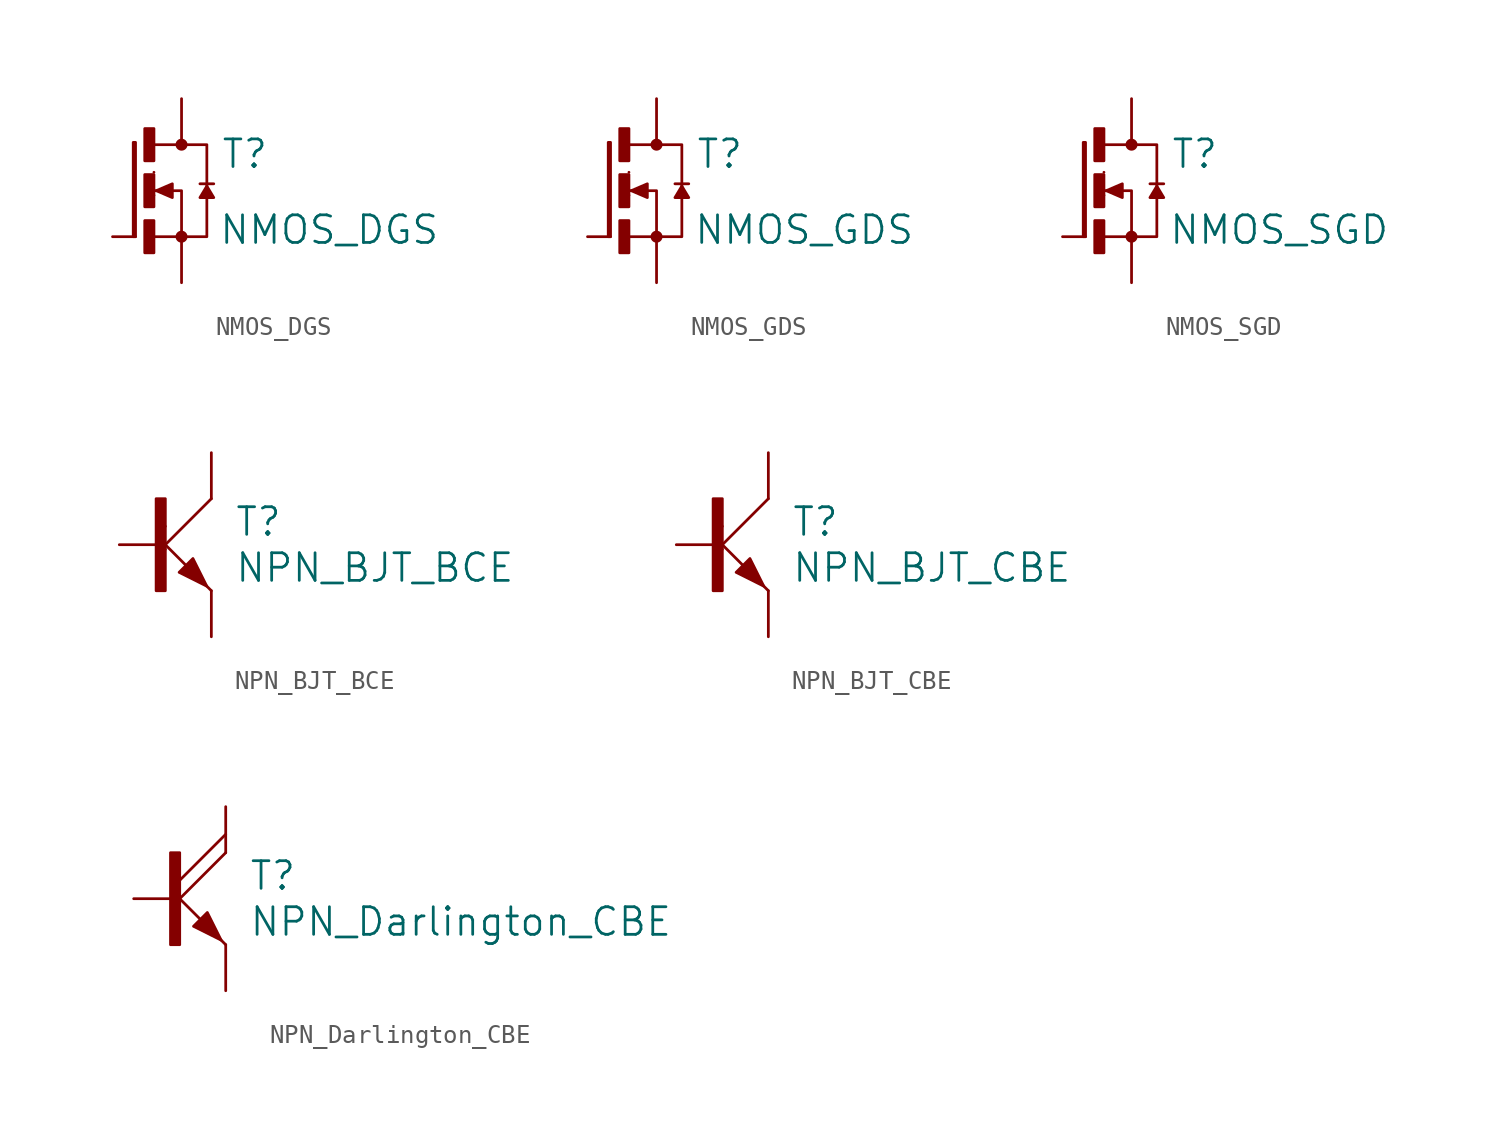
<source format=kicad_sym>
(kicad_symbol_lib
  (version 20211014)
  (generator kicad_symbol_editor)
  (symbol "NMOS_DGS"
    (pin_numbers hide)
    (pin_names
      (offset 0) hide)
    (property "Reference" "T"
      (at 2.159 2.032 0)
      (effects (font (size 1.524 1.524)) (justify left)))
    (property "Value" "NMOS_DGS"
      (at 2.032 -2.159 0)
      (effects (font (size 1.524 1.524)) (justify left)))
    (symbol "NMOS_DGS_0_1"
      (rectangle (start -2.667 2.667) (end -2.54 -2.54) (stroke (width 0) (type default) (color 0 0 0 0)) (fill (type outline)))
      (rectangle (start -2.032 -1.651) (end -1.524 -3.429) (stroke (width 0) (type default) (color 0 0 0 0)) (fill (type outline)))
      (rectangle (start -2.032 0.889) (end -1.524 -0.889) (stroke (width 0) (type default) (color 0 0 0 0)) (fill (type outline)))
      (rectangle (start -2.032 3.429) (end -1.524 1.651) (stroke (width 0) (type default) (color 0 0 0 0)) (fill (type outline)))
      (rectangle (start -1.524 -0.254) (end -1.524 -0.254) (stroke (width 0) (type default) (color 0 0 0 0)) (fill (type none)))
      (rectangle (start -1.524 1.016) (end -1.524 1.016) (stroke (width 0) (type default) (color 0 0 0 0)) (fill (type none)))
      (circle (center 0 -2.54) (radius 0.254) (stroke (width 0) (type default) (color 0 0 0 0)) (fill (type outline)))
      (polyline (pts (xy -1.524 0) (xy 0 0) (xy 0 -2.54)) (stroke (width 0) (type default) (color 0 0 0 0)) (fill (type none)))
      (polyline (pts (xy -1.524 2.54) (xy 1.397 2.54) (xy 1.397 -2.54) (xy -1.524 -2.54)) (stroke (width 0) (type default) (color 0 0 0 0)) (fill (type none)))
      (polyline (pts (xy -1.397 0) (xy -0.508 0.381) (xy -0.508 -0.381) (xy -1.397 0)) (stroke (width 0) (type default) (color 0 0 0 0)) (fill (type outline)))
      (polyline (pts (xy 1.397 0.254) (xy 1.016 -0.381) (xy 1.778 -0.381) (xy 1.397 0.254)) (stroke (width 0) (type default) (color 0 0 0 0)) (fill (type outline)))
      (circle (center 0 2.54) (radius 0.254) (stroke (width 0) (type default) (color 0 0 0 0)) (fill (type outline)))
      (rectangle (start 1.016 0.381) (end 1.778 0.381) (stroke (width 0) (type default) (color 0 0 0 0)) (fill (type none))))
    (symbol "NMOS_DGS_1_1"
      (pin passive line (at 0 5.08 270) (length 2.54) (name "D" (effects (font (size 1.27 1.27)))) (number "1" (effects (font (size 1.27 1.27)))))
      (pin input line (at -3.81 -2.54 0) (length 1.27) (name "G" (effects (font (size 1.27 1.27)))) (number "2" (effects (font (size 1.27 1.27)))))
      (pin passive line (at 0 -5.08 90) (length 2.54) (name "S" (effects (font (size 1.27 1.27)))) (number "3" (effects (font (size 1.27 1.27)))))))
  (symbol "NMOS_GDS"
    (pin_numbers hide)
    (pin_names
      (offset 0) hide)
    (property "Reference" "T"
      (at 2.159 2.032 0)
      (effects (font (size 1.524 1.524)) (justify left)))
    (property "Value" "NMOS_GDS"
      (at 2.032 -2.159 0)
      (effects (font (size 1.524 1.524)) (justify left)))
    (symbol "NMOS_GDS_0_1"
      (rectangle (start -2.667 2.667) (end -2.54 -2.54) (stroke (width 0) (type default) (color 0 0 0 0)) (fill (type outline)))
      (rectangle (start -2.032 -1.651) (end -1.524 -3.429) (stroke (width 0) (type default) (color 0 0 0 0)) (fill (type outline)))
      (rectangle (start -2.032 0.889) (end -1.524 -0.889) (stroke (width 0) (type default) (color 0 0 0 0)) (fill (type outline)))
      (rectangle (start -2.032 3.429) (end -1.524 1.651) (stroke (width 0) (type default) (color 0 0 0 0)) (fill (type outline)))
      (rectangle (start -1.524 -0.254) (end -1.524 -0.254) (stroke (width 0) (type default) (color 0 0 0 0)) (fill (type none)))
      (rectangle (start -1.524 1.016) (end -1.524 1.016) (stroke (width 0) (type default) (color 0 0 0 0)) (fill (type none)))
      (circle (center 0 -2.54) (radius 0.254) (stroke (width 0) (type default) (color 0 0 0 0)) (fill (type outline)))
      (polyline (pts (xy -1.524 0) (xy 0 0) (xy 0 -2.54)) (stroke (width 0) (type default) (color 0 0 0 0)) (fill (type none)))
      (polyline (pts (xy -1.524 2.54) (xy 1.397 2.54) (xy 1.397 -2.54) (xy -1.524 -2.54)) (stroke (width 0) (type default) (color 0 0 0 0)) (fill (type none)))
      (polyline (pts (xy -1.397 0) (xy -0.508 0.381) (xy -0.508 -0.381) (xy -1.397 0)) (stroke (width 0) (type default) (color 0 0 0 0)) (fill (type outline)))
      (polyline (pts (xy 1.397 0.254) (xy 1.016 -0.381) (xy 1.778 -0.381) (xy 1.397 0.254)) (stroke (width 0) (type default) (color 0 0 0 0)) (fill (type outline)))
      (circle (center 0 2.54) (radius 0.254) (stroke (width 0) (type default) (color 0 0 0 0)) (fill (type outline)))
      (rectangle (start 1.016 0.381) (end 1.778 0.381) (stroke (width 0) (type default) (color 0 0 0 0)) (fill (type none))))
    (symbol "NMOS_GDS_1_1"
      (pin input line (at -3.81 -2.54 0) (length 1.27) (name "G" (effects (font (size 1.27 1.27)))) (number "1" (effects (font (size 1.27 1.27)))))
      (pin passive line (at 0 5.08 270) (length 2.54) (name "D" (effects (font (size 1.27 1.27)))) (number "2" (effects (font (size 1.27 1.27)))))
      (pin passive line (at 0 -5.08 90) (length 2.54) (name "S" (effects (font (size 1.27 1.27)))) (number "3" (effects (font (size 1.27 1.27)))))))
  (symbol "NMOS_SGD"
    (pin_numbers hide)
    (pin_names
      (offset 0) hide)
    (property "Reference" "T"
      (at 2.159 2.032 0)
      (effects (font (size 1.524 1.524)) (justify left)))
    (property "Value" "NMOS_SGD"
      (at 2.032 -2.159 0)
      (effects (font (size 1.524 1.524)) (justify left)))
    (symbol "NMOS_SGD_0_1"
      (rectangle (start -2.667 2.667) (end -2.54 -2.54) (stroke (width 0) (type default) (color 0 0 0 0)) (fill (type outline)))
      (rectangle (start -2.032 -1.651) (end -1.524 -3.429) (stroke (width 0) (type default) (color 0 0 0 0)) (fill (type outline)))
      (rectangle (start -2.032 0.889) (end -1.524 -0.889) (stroke (width 0) (type default) (color 0 0 0 0)) (fill (type outline)))
      (rectangle (start -2.032 3.429) (end -1.524 1.651) (stroke (width 0) (type default) (color 0 0 0 0)) (fill (type outline)))
      (rectangle (start -1.524 -0.254) (end -1.524 -0.254) (stroke (width 0) (type default) (color 0 0 0 0)) (fill (type none)))
      (rectangle (start -1.524 1.016) (end -1.524 1.016) (stroke (width 0) (type default) (color 0 0 0 0)) (fill (type none)))
      (circle (center 0 -2.54) (radius 0.254) (stroke (width 0) (type default) (color 0 0 0 0)) (fill (type outline)))
      (polyline (pts (xy -1.524 0) (xy 0 0) (xy 0 -2.54)) (stroke (width 0) (type default) (color 0 0 0 0)) (fill (type none)))
      (polyline (pts (xy -1.524 2.54) (xy 1.397 2.54) (xy 1.397 -2.54) (xy -1.524 -2.54)) (stroke (width 0) (type default) (color 0 0 0 0)) (fill (type none)))
      (polyline (pts (xy -1.397 0) (xy -0.508 0.381) (xy -0.508 -0.381) (xy -1.397 0)) (stroke (width 0) (type default) (color 0 0 0 0)) (fill (type outline)))
      (polyline (pts (xy 1.397 0.254) (xy 1.016 -0.381) (xy 1.778 -0.381) (xy 1.397 0.254)) (stroke (width 0) (type default) (color 0 0 0 0)) (fill (type outline)))
      (circle (center 0 2.54) (radius 0.254) (stroke (width 0) (type default) (color 0 0 0 0)) (fill (type outline)))
      (rectangle (start 1.016 0.381) (end 1.778 0.381) (stroke (width 0) (type default) (color 0 0 0 0)) (fill (type none))))
    (symbol "NMOS_SGD_1_1"
      (pin passive line (at 0 -5.08 90) (length 2.54) (name "S" (effects (font (size 1.27 1.27)))) (number "1" (effects (font (size 1.27 1.27)))))
      (pin input line (at -3.81 -2.54 0) (length 1.27) (name "G" (effects (font (size 1.27 1.27)))) (number "2" (effects (font (size 1.27 1.27)))))
      (pin passive line (at 0 5.08 270) (length 2.54) (name "D" (effects (font (size 1.27 1.27)))) (number "3" (effects (font (size 1.27 1.27)))))))
  (symbol "NPN_BJT_BCE"
    (pin_numbers hide)
    (pin_names
      (offset 0) hide)
    (property "Reference" "T"
      (at 3.81 1.27 0)
      (effects (font (size 1.524 1.524)) (justify left)))
    (property "Value" "NPN_BJT_BCE"
      (at 3.81 -1.27 0)
      (effects (font (size 1.524 1.524)) (justify left)))
    (symbol "NPN_BJT_BCE_0_1"
      (rectangle (start -0.508 2.54) (end 0 -2.54) (stroke (width 0) (type default) (color 0 0 0 0)) (fill (type outline)))
      (rectangle (start 0 -0.254) (end 0 -0.254) (stroke (width 0) (type default) (color 0 0 0 0)) (fill (type none)))
      (polyline (pts (xy 0 0) (xy 2.54 -2.54)) (stroke (width 0) (type default) (color 0 0 0 0)) (fill (type none)))
      (polyline (pts (xy 0 0) (xy 2.54 2.54)) (stroke (width 0) (type default) (color 0 0 0 0)) (fill (type none)))
      (polyline (pts (xy 2.286 -2.286) (xy 1.524 -0.762) (xy 0.762 -1.524) (xy 2.286 -2.286)) (stroke (width 0) (type default) (color 0 0 0 0)) (fill (type outline)))
      (rectangle (start 0 1.016) (end 0 1.016) (stroke (width 0) (type default) (color 0 0 0 0)) (fill (type none))))
    (symbol "NPN_BJT_BCE_1_1"
      (pin input line (at -2.54 0 0) (length 2.54) (name "B" (effects (font (size 1.27 1.27)))) (number "1" (effects (font (size 1.27 1.27)))))
      (pin passive line (at 2.54 5.08 270) (length 2.54) (name "C" (effects (font (size 1.27 1.27)))) (number "2" (effects (font (size 1.27 1.27)))))
      (pin passive line (at 2.54 -5.08 90) (length 2.54) (name "E" (effects (font (size 1.27 1.27)))) (number "3" (effects (font (size 1.27 1.27)))))))
  (symbol "NPN_BJT_CBE"
    (pin_numbers hide)
    (pin_names
      (offset 0) hide)
    (property "Reference" "T"
      (at 3.81 1.27 0)
      (effects (font (size 1.524 1.524)) (justify left)))
    (property "Value" "NPN_BJT_CBE"
      (at 3.81 -1.27 0)
      (effects (font (size 1.524 1.524)) (justify left)))
    (symbol "NPN_BJT_CBE_0_1"
      (rectangle (start -0.508 2.54) (end 0 -2.54) (stroke (width 0) (type default) (color 0 0 0 0)) (fill (type outline)))
      (rectangle (start 0 -0.254) (end 0 -0.254) (stroke (width 0) (type default) (color 0 0 0 0)) (fill (type none)))
      (polyline (pts (xy 0 0) (xy 2.54 -2.54)) (stroke (width 0) (type default) (color 0 0 0 0)) (fill (type none)))
      (polyline (pts (xy 0 0) (xy 2.54 2.54)) (stroke (width 0) (type default) (color 0 0 0 0)) (fill (type none)))
      (polyline (pts (xy 2.286 -2.286) (xy 1.524 -0.762) (xy 0.762 -1.524) (xy 2.286 -2.286)) (stroke (width 0) (type default) (color 0 0 0 0)) (fill (type outline)))
      (rectangle (start 0 1.016) (end 0 1.016) (stroke (width 0) (type default) (color 0 0 0 0)) (fill (type none))))
    (symbol "NPN_BJT_CBE_1_1"
      (pin passive line (at 2.54 5.08 270) (length 2.54) (name "C" (effects (font (size 1.27 1.27)))) (number "1" (effects (font (size 1.27 1.27)))))
      (pin input line (at -2.54 0 0) (length 2.54) (name "B" (effects (font (size 1.27 1.27)))) (number "2" (effects (font (size 1.27 1.27)))))
      (pin passive line (at 2.54 -5.08 90) (length 2.54) (name "E" (effects (font (size 1.27 1.27)))) (number "3" (effects (font (size 1.27 1.27)))))))
  (symbol "NPN_Darlington_CBE"
    (pin_numbers hide)
    (pin_names
      (offset 0) hide)
    (property "Reference" "T"
      (at 3.81 1.27 0)
      (effects (font (size 1.524 1.524)) (justify left)))
    (property "Value" "NPN_Darlington_CBE"
      (at 3.81 -1.27 0)
      (effects (font (size 1.524 1.524)) (justify left)))
    (symbol "NPN_Darlington_CBE_0_1"
      (rectangle (start -0.508 2.54) (end 0 -2.54) (stroke (width 0) (type default) (color 0 0 0 0)) (fill (type outline)))
      (rectangle (start 0 -0.254) (end 0 -0.254) (stroke (width 0) (type default) (color 0 0 0 0)) (fill (type none)))
      (polyline (pts (xy 0 0) (xy 2.54 -2.54)) (stroke (width 0) (type default) (color 0 0 0 0)) (fill (type none)))
      (polyline (pts (xy 0 0) (xy 2.54 2.54)) (stroke (width 0) (type default) (color 0 0 0 0)) (fill (type none)))
      (polyline (pts (xy 0 1.016) (xy 2.54 3.556)) (stroke (width 0) (type default) (color 0 0 0 0)) (fill (type none)))
      (polyline (pts (xy 2.286 -2.286) (xy 1.524 -0.762) (xy 0.762 -1.524) (xy 2.286 -2.286)) (stroke (width 0) (type default) (color 0 0 0 0)) (fill (type outline)))
      (rectangle (start 0 1.016) (end 0 1.016) (stroke (width 0) (type default) (color 0 0 0 0)) (fill (type none))))
    (symbol "NPN_Darlington_CBE_1_1"
      (pin passive line (at 2.54 5.08 270) (length 2.54) (name "C" (effects (font (size 1.27 1.27)))) (number "1" (effects (font (size 1.27 1.27)))))
      (pin input line (at -2.54 0 0) (length 2.54) (name "B" (effects (font (size 1.27 1.27)))) (number "2" (effects (font (size 1.27 1.27)))))
      (pin passive line (at 2.54 -5.08 90) (length 2.54) (name "E" (effects (font (size 1.27 1.27)))) (number "3" (effects (font (size 1.27 1.27))))))))
</source>
